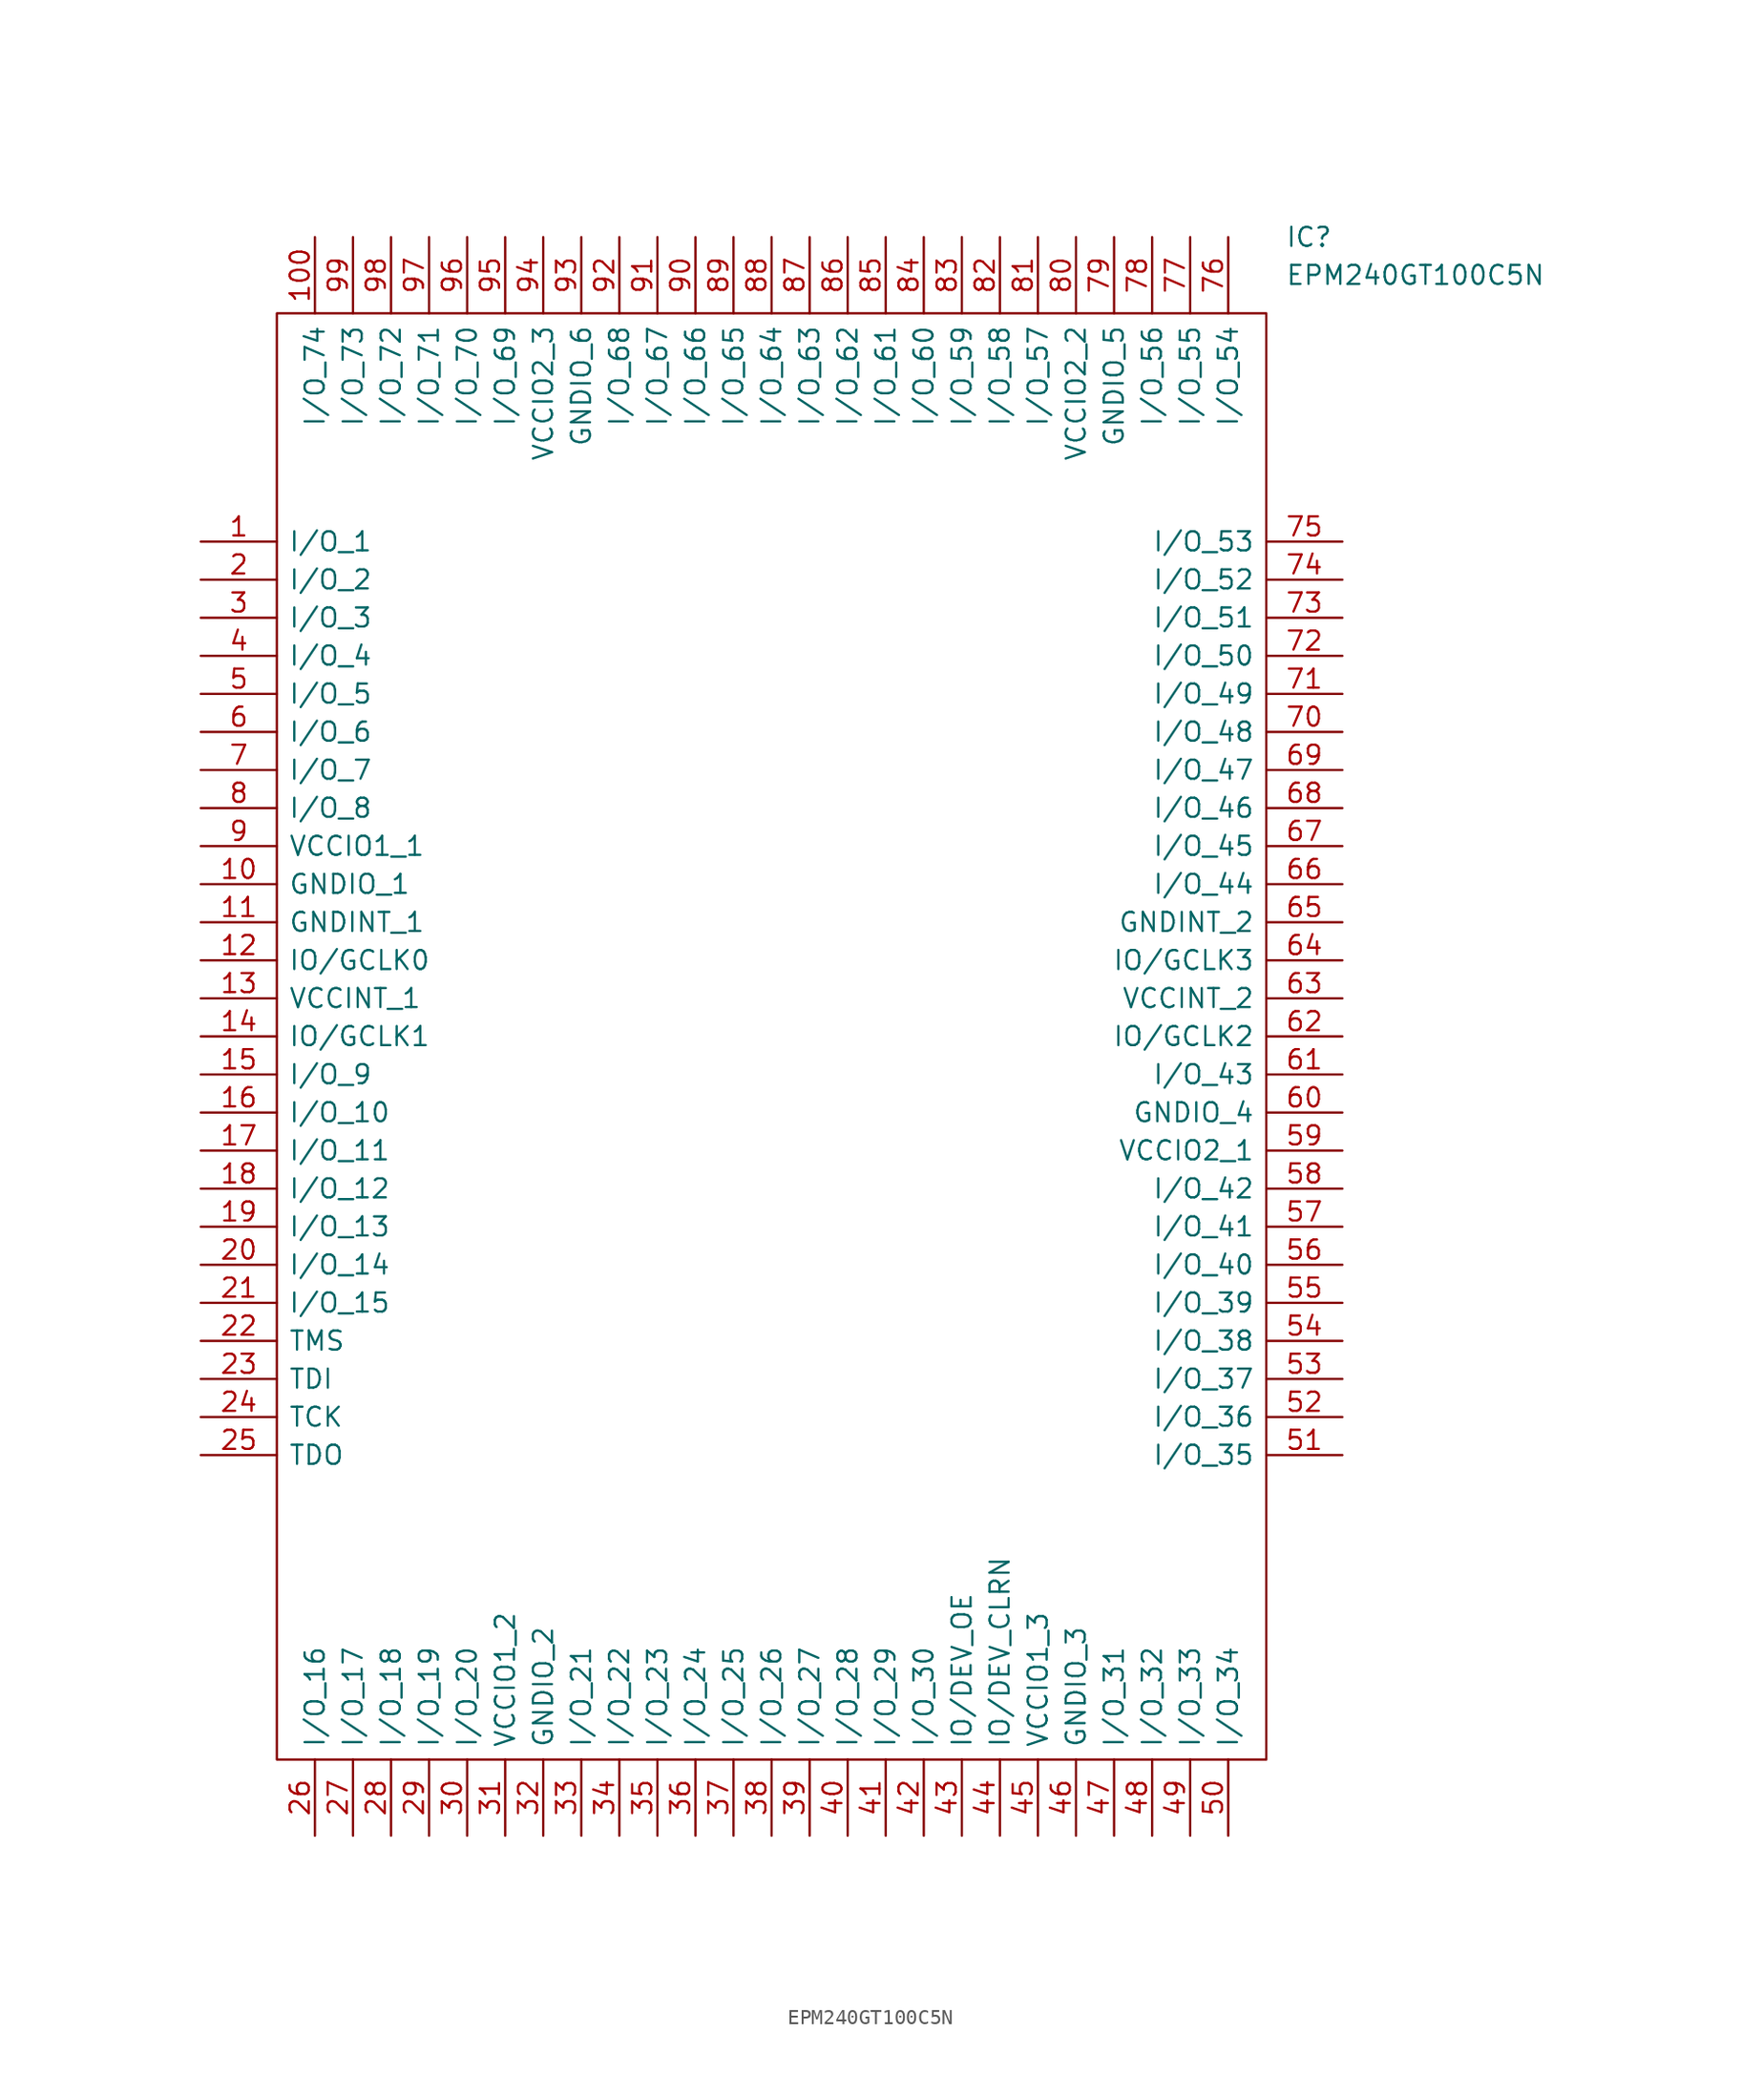
<source format=kicad_sym>
(kicad_symbol_lib
  (version 20211014)
  (generator kicad_symbol_editor)
  (symbol "EPM240GT100C5N"
    (pin_names
      (offset 0.762))
    (property "Reference" "IC"
      (at 72.39 20.32 0)
      (effects (font (size 1.27 1.27)) (justify left)))
    (property "Value" "EPM240GT100C5N"
      (at 72.39 17.78 0)
      (effects (font (size 1.27 1.27)) (justify left)))
    (symbol "EPM240GT100C5N_0_0"
      (pin passive line (at 0 0 0) (length 5.08) (name "I/O_1" (effects (font (size 1.27 1.27)))) (number "1" (effects (font (size 1.27 1.27)))))
      (pin passive line (at 0 -22.86 0) (length 5.08) (name "GNDIO_1" (effects (font (size 1.27 1.27)))) (number "10" (effects (font (size 1.27 1.27)))))
      (pin passive line (at 7.62 20.32 270) (length 5.08) (name "I/O_74" (effects (font (size 1.27 1.27)))) (number "100" (effects (font (size 1.27 1.27)))))
      (pin passive line (at 0 -25.4 0) (length 5.08) (name "GNDINT_1" (effects (font (size 1.27 1.27)))) (number "11" (effects (font (size 1.27 1.27)))))
      (pin passive line (at 0 -27.94 0) (length 5.08) (name "IO/GCLK0" (effects (font (size 1.27 1.27)))) (number "12" (effects (font (size 1.27 1.27)))))
      (pin passive line (at 0 -30.48 0) (length 5.08) (name "VCCINT_1" (effects (font (size 1.27 1.27)))) (number "13" (effects (font (size 1.27 1.27)))))
      (pin passive line (at 0 -33.02 0) (length 5.08) (name "IO/GCLK1" (effects (font (size 1.27 1.27)))) (number "14" (effects (font (size 1.27 1.27)))))
      (pin passive line (at 0 -35.56 0) (length 5.08) (name "I/O_9" (effects (font (size 1.27 1.27)))) (number "15" (effects (font (size 1.27 1.27)))))
      (pin passive line (at 0 -38.1 0) (length 5.08) (name "I/O_10" (effects (font (size 1.27 1.27)))) (number "16" (effects (font (size 1.27 1.27)))))
      (pin passive line (at 0 -40.64 0) (length 5.08) (name "I/O_11" (effects (font (size 1.27 1.27)))) (number "17" (effects (font (size 1.27 1.27)))))
      (pin passive line (at 0 -43.18 0) (length 5.08) (name "I/O_12" (effects (font (size 1.27 1.27)))) (number "18" (effects (font (size 1.27 1.27)))))
      (pin passive line (at 0 -45.72 0) (length 5.08) (name "I/O_13" (effects (font (size 1.27 1.27)))) (number "19" (effects (font (size 1.27 1.27)))))
      (pin passive line (at 0 -2.54 0) (length 5.08) (name "I/O_2" (effects (font (size 1.27 1.27)))) (number "2" (effects (font (size 1.27 1.27)))))
      (pin passive line (at 0 -48.26 0) (length 5.08) (name "I/O_14" (effects (font (size 1.27 1.27)))) (number "20" (effects (font (size 1.27 1.27)))))
      (pin passive line (at 0 -50.8 0) (length 5.08) (name "I/O_15" (effects (font (size 1.27 1.27)))) (number "21" (effects (font (size 1.27 1.27)))))
      (pin passive line (at 0 -53.34 0) (length 5.08) (name "TMS" (effects (font (size 1.27 1.27)))) (number "22" (effects (font (size 1.27 1.27)))))
      (pin passive line (at 0 -55.88 0) (length 5.08) (name "TDI" (effects (font (size 1.27 1.27)))) (number "23" (effects (font (size 1.27 1.27)))))
      (pin passive line (at 0 -58.42 0) (length 5.08) (name "TCK" (effects (font (size 1.27 1.27)))) (number "24" (effects (font (size 1.27 1.27)))))
      (pin passive line (at 0 -60.96 0) (length 5.08) (name "TDO" (effects (font (size 1.27 1.27)))) (number "25" (effects (font (size 1.27 1.27)))))
      (pin passive line (at 7.62 -86.36 90) (length 5.08) (name "I/O_16" (effects (font (size 1.27 1.27)))) (number "26" (effects (font (size 1.27 1.27)))))
      (pin passive line (at 10.16 -86.36 90) (length 5.08) (name "I/O_17" (effects (font (size 1.27 1.27)))) (number "27" (effects (font (size 1.27 1.27)))))
      (pin passive line (at 12.7 -86.36 90) (length 5.08) (name "I/O_18" (effects (font (size 1.27 1.27)))) (number "28" (effects (font (size 1.27 1.27)))))
      (pin passive line (at 15.24 -86.36 90) (length 5.08) (name "I/O_19" (effects (font (size 1.27 1.27)))) (number "29" (effects (font (size 1.27 1.27)))))
      (pin passive line (at 0 -5.08 0) (length 5.08) (name "I/O_3" (effects (font (size 1.27 1.27)))) (number "3" (effects (font (size 1.27 1.27)))))
      (pin passive line (at 17.78 -86.36 90) (length 5.08) (name "I/O_20" (effects (font (size 1.27 1.27)))) (number "30" (effects (font (size 1.27 1.27)))))
      (pin passive line (at 20.32 -86.36 90) (length 5.08) (name "VCCIO1_2" (effects (font (size 1.27 1.27)))) (number "31" (effects (font (size 1.27 1.27)))))
      (pin passive line (at 22.86 -86.36 90) (length 5.08) (name "GNDIO_2" (effects (font (size 1.27 1.27)))) (number "32" (effects (font (size 1.27 1.27)))))
      (pin passive line (at 25.4 -86.36 90) (length 5.08) (name "I/O_21" (effects (font (size 1.27 1.27)))) (number "33" (effects (font (size 1.27 1.27)))))
      (pin passive line (at 27.94 -86.36 90) (length 5.08) (name "I/O_22" (effects (font (size 1.27 1.27)))) (number "34" (effects (font (size 1.27 1.27)))))
      (pin passive line (at 30.48 -86.36 90) (length 5.08) (name "I/O_23" (effects (font (size 1.27 1.27)))) (number "35" (effects (font (size 1.27 1.27)))))
      (pin passive line (at 33.02 -86.36 90) (length 5.08) (name "I/O_24" (effects (font (size 1.27 1.27)))) (number "36" (effects (font (size 1.27 1.27)))))
      (pin passive line (at 35.56 -86.36 90) (length 5.08) (name "I/O_25" (effects (font (size 1.27 1.27)))) (number "37" (effects (font (size 1.27 1.27)))))
      (pin passive line (at 38.1 -86.36 90) (length 5.08) (name "I/O_26" (effects (font (size 1.27 1.27)))) (number "38" (effects (font (size 1.27 1.27)))))
      (pin passive line (at 40.64 -86.36 90) (length 5.08) (name "I/O_27" (effects (font (size 1.27 1.27)))) (number "39" (effects (font (size 1.27 1.27)))))
      (pin passive line (at 0 -7.62 0) (length 5.08) (name "I/O_4" (effects (font (size 1.27 1.27)))) (number "4" (effects (font (size 1.27 1.27)))))
      (pin passive line (at 43.18 -86.36 90) (length 5.08) (name "I/O_28" (effects (font (size 1.27 1.27)))) (number "40" (effects (font (size 1.27 1.27)))))
      (pin passive line (at 45.72 -86.36 90) (length 5.08) (name "I/O_29" (effects (font (size 1.27 1.27)))) (number "41" (effects (font (size 1.27 1.27)))))
      (pin passive line (at 48.26 -86.36 90) (length 5.08) (name "I/O_30" (effects (font (size 1.27 1.27)))) (number "42" (effects (font (size 1.27 1.27)))))
      (pin passive line (at 50.8 -86.36 90) (length 5.08) (name "IO/DEV_OE" (effects (font (size 1.27 1.27)))) (number "43" (effects (font (size 1.27 1.27)))))
      (pin passive line (at 53.34 -86.36 90) (length 5.08) (name "IO/DEV_CLRN" (effects (font (size 1.27 1.27)))) (number "44" (effects (font (size 1.27 1.27)))))
      (pin passive line (at 55.88 -86.36 90) (length 5.08) (name "VCCIO1_3" (effects (font (size 1.27 1.27)))) (number "45" (effects (font (size 1.27 1.27)))))
      (pin passive line (at 58.42 -86.36 90) (length 5.08) (name "GNDIO_3" (effects (font (size 1.27 1.27)))) (number "46" (effects (font (size 1.27 1.27)))))
      (pin passive line (at 60.96 -86.36 90) (length 5.08) (name "I/O_31" (effects (font (size 1.27 1.27)))) (number "47" (effects (font (size 1.27 1.27)))))
      (pin passive line (at 63.5 -86.36 90) (length 5.08) (name "I/O_32" (effects (font (size 1.27 1.27)))) (number "48" (effects (font (size 1.27 1.27)))))
      (pin passive line (at 66.04 -86.36 90) (length 5.08) (name "I/O_33" (effects (font (size 1.27 1.27)))) (number "49" (effects (font (size 1.27 1.27)))))
      (pin passive line (at 0 -10.16 0) (length 5.08) (name "I/O_5" (effects (font (size 1.27 1.27)))) (number "5" (effects (font (size 1.27 1.27)))))
      (pin passive line (at 68.58 -86.36 90) (length 5.08) (name "I/O_34" (effects (font (size 1.27 1.27)))) (number "50" (effects (font (size 1.27 1.27)))))
      (pin passive line (at 76.2 -60.96 180) (length 5.08) (name "I/O_35" (effects (font (size 1.27 1.27)))) (number "51" (effects (font (size 1.27 1.27)))))
      (pin passive line (at 76.2 -58.42 180) (length 5.08) (name "I/O_36" (effects (font (size 1.27 1.27)))) (number "52" (effects (font (size 1.27 1.27)))))
      (pin passive line (at 76.2 -55.88 180) (length 5.08) (name "I/O_37" (effects (font (size 1.27 1.27)))) (number "53" (effects (font (size 1.27 1.27)))))
      (pin passive line (at 76.2 -53.34 180) (length 5.08) (name "I/O_38" (effects (font (size 1.27 1.27)))) (number "54" (effects (font (size 1.27 1.27)))))
      (pin passive line (at 76.2 -50.8 180) (length 5.08) (name "I/O_39" (effects (font (size 1.27 1.27)))) (number "55" (effects (font (size 1.27 1.27)))))
      (pin passive line (at 76.2 -48.26 180) (length 5.08) (name "I/O_40" (effects (font (size 1.27 1.27)))) (number "56" (effects (font (size 1.27 1.27)))))
      (pin passive line (at 76.2 -45.72 180) (length 5.08) (name "I/O_41" (effects (font (size 1.27 1.27)))) (number "57" (effects (font (size 1.27 1.27)))))
      (pin passive line (at 76.2 -43.18 180) (length 5.08) (name "I/O_42" (effects (font (size 1.27 1.27)))) (number "58" (effects (font (size 1.27 1.27)))))
      (pin passive line (at 76.2 -40.64 180) (length 5.08) (name "VCCIO2_1" (effects (font (size 1.27 1.27)))) (number "59" (effects (font (size 1.27 1.27)))))
      (pin passive line (at 0 -12.7 0) (length 5.08) (name "I/O_6" (effects (font (size 1.27 1.27)))) (number "6" (effects (font (size 1.27 1.27)))))
      (pin passive line (at 76.2 -38.1 180) (length 5.08) (name "GNDIO_4" (effects (font (size 1.27 1.27)))) (number "60" (effects (font (size 1.27 1.27)))))
      (pin passive line (at 76.2 -35.56 180) (length 5.08) (name "I/O_43" (effects (font (size 1.27 1.27)))) (number "61" (effects (font (size 1.27 1.27)))))
      (pin passive line (at 76.2 -33.02 180) (length 5.08) (name "IO/GCLK2" (effects (font (size 1.27 1.27)))) (number "62" (effects (font (size 1.27 1.27)))))
      (pin passive line (at 76.2 -30.48 180) (length 5.08) (name "VCCINT_2" (effects (font (size 1.27 1.27)))) (number "63" (effects (font (size 1.27 1.27)))))
      (pin passive line (at 76.2 -27.94 180) (length 5.08) (name "IO/GCLK3" (effects (font (size 1.27 1.27)))) (number "64" (effects (font (size 1.27 1.27)))))
      (pin passive line (at 76.2 -25.4 180) (length 5.08) (name "GNDINT_2" (effects (font (size 1.27 1.27)))) (number "65" (effects (font (size 1.27 1.27)))))
      (pin passive line (at 76.2 -22.86 180) (length 5.08) (name "I/O_44" (effects (font (size 1.27 1.27)))) (number "66" (effects (font (size 1.27 1.27)))))
      (pin passive line (at 76.2 -20.32 180) (length 5.08) (name "I/O_45" (effects (font (size 1.27 1.27)))) (number "67" (effects (font (size 1.27 1.27)))))
      (pin passive line (at 76.2 -17.78 180) (length 5.08) (name "I/O_46" (effects (font (size 1.27 1.27)))) (number "68" (effects (font (size 1.27 1.27)))))
      (pin passive line (at 76.2 -15.24 180) (length 5.08) (name "I/O_47" (effects (font (size 1.27 1.27)))) (number "69" (effects (font (size 1.27 1.27)))))
      (pin passive line (at 0 -15.24 0) (length 5.08) (name "I/O_7" (effects (font (size 1.27 1.27)))) (number "7" (effects (font (size 1.27 1.27)))))
      (pin passive line (at 76.2 -12.7 180) (length 5.08) (name "I/O_48" (effects (font (size 1.27 1.27)))) (number "70" (effects (font (size 1.27 1.27)))))
      (pin passive line (at 76.2 -10.16 180) (length 5.08) (name "I/O_49" (effects (font (size 1.27 1.27)))) (number "71" (effects (font (size 1.27 1.27)))))
      (pin passive line (at 76.2 -7.62 180) (length 5.08) (name "I/O_50" (effects (font (size 1.27 1.27)))) (number "72" (effects (font (size 1.27 1.27)))))
      (pin passive line (at 76.2 -5.08 180) (length 5.08) (name "I/O_51" (effects (font (size 1.27 1.27)))) (number "73" (effects (font (size 1.27 1.27)))))
      (pin passive line (at 76.2 -2.54 180) (length 5.08) (name "I/O_52" (effects (font (size 1.27 1.27)))) (number "74" (effects (font (size 1.27 1.27)))))
      (pin passive line (at 76.2 0 180) (length 5.08) (name "I/O_53" (effects (font (size 1.27 1.27)))) (number "75" (effects (font (size 1.27 1.27)))))
      (pin passive line (at 68.58 20.32 270) (length 5.08) (name "I/O_54" (effects (font (size 1.27 1.27)))) (number "76" (effects (font (size 1.27 1.27)))))
      (pin passive line (at 66.04 20.32 270) (length 5.08) (name "I/O_55" (effects (font (size 1.27 1.27)))) (number "77" (effects (font (size 1.27 1.27)))))
      (pin passive line (at 63.5 20.32 270) (length 5.08) (name "I/O_56" (effects (font (size 1.27 1.27)))) (number "78" (effects (font (size 1.27 1.27)))))
      (pin passive line (at 60.96 20.32 270) (length 5.08) (name "GNDIO_5" (effects (font (size 1.27 1.27)))) (number "79" (effects (font (size 1.27 1.27)))))
      (pin passive line (at 0 -17.78 0) (length 5.08) (name "I/O_8" (effects (font (size 1.27 1.27)))) (number "8" (effects (font (size 1.27 1.27)))))
      (pin passive line (at 58.42 20.32 270) (length 5.08) (name "VCCIO2_2" (effects (font (size 1.27 1.27)))) (number "80" (effects (font (size 1.27 1.27)))))
      (pin passive line (at 55.88 20.32 270) (length 5.08) (name "I/O_57" (effects (font (size 1.27 1.27)))) (number "81" (effects (font (size 1.27 1.27)))))
      (pin passive line (at 53.34 20.32 270) (length 5.08) (name "I/O_58" (effects (font (size 1.27 1.27)))) (number "82" (effects (font (size 1.27 1.27)))))
      (pin passive line (at 50.8 20.32 270) (length 5.08) (name "I/O_59" (effects (font (size 1.27 1.27)))) (number "83" (effects (font (size 1.27 1.27)))))
      (pin passive line (at 48.26 20.32 270) (length 5.08) (name "I/O_60" (effects (font (size 1.27 1.27)))) (number "84" (effects (font (size 1.27 1.27)))))
      (pin passive line (at 45.72 20.32 270) (length 5.08) (name "I/O_61" (effects (font (size 1.27 1.27)))) (number "85" (effects (font (size 1.27 1.27)))))
      (pin passive line (at 43.18 20.32 270) (length 5.08) (name "I/O_62" (effects (font (size 1.27 1.27)))) (number "86" (effects (font (size 1.27 1.27)))))
      (pin passive line (at 40.64 20.32 270) (length 5.08) (name "I/O_63" (effects (font (size 1.27 1.27)))) (number "87" (effects (font (size 1.27 1.27)))))
      (pin passive line (at 38.1 20.32 270) (length 5.08) (name "I/O_64" (effects (font (size 1.27 1.27)))) (number "88" (effects (font (size 1.27 1.27)))))
      (pin passive line (at 35.56 20.32 270) (length 5.08) (name "I/O_65" (effects (font (size 1.27 1.27)))) (number "89" (effects (font (size 1.27 1.27)))))
      (pin passive line (at 0 -20.32 0) (length 5.08) (name "VCCIO1_1" (effects (font (size 1.27 1.27)))) (number "9" (effects (font (size 1.27 1.27)))))
      (pin passive line (at 33.02 20.32 270) (length 5.08) (name "I/O_66" (effects (font (size 1.27 1.27)))) (number "90" (effects (font (size 1.27 1.27)))))
      (pin passive line (at 30.48 20.32 270) (length 5.08) (name "I/O_67" (effects (font (size 1.27 1.27)))) (number "91" (effects (font (size 1.27 1.27)))))
      (pin passive line (at 27.94 20.32 270) (length 5.08) (name "I/O_68" (effects (font (size 1.27 1.27)))) (number "92" (effects (font (size 1.27 1.27)))))
      (pin passive line (at 25.4 20.32 270) (length 5.08) (name "GNDIO_6" (effects (font (size 1.27 1.27)))) (number "93" (effects (font (size 1.27 1.27)))))
      (pin passive line (at 22.86 20.32 270) (length 5.08) (name "VCCIO2_3" (effects (font (size 1.27 1.27)))) (number "94" (effects (font (size 1.27 1.27)))))
      (pin passive line (at 20.32 20.32 270) (length 5.08) (name "I/O_69" (effects (font (size 1.27 1.27)))) (number "95" (effects (font (size 1.27 1.27)))))
      (pin passive line (at 17.78 20.32 270) (length 5.08) (name "I/O_70" (effects (font (size 1.27 1.27)))) (number "96" (effects (font (size 1.27 1.27)))))
      (pin passive line (at 15.24 20.32 270) (length 5.08) (name "I/O_71" (effects (font (size 1.27 1.27)))) (number "97" (effects (font (size 1.27 1.27)))))
      (pin passive line (at 12.7 20.32 270) (length 5.08) (name "I/O_72" (effects (font (size 1.27 1.27)))) (number "98" (effects (font (size 1.27 1.27)))))
      (pin passive line (at 10.16 20.32 270) (length 5.08) (name "I/O_73" (effects (font (size 1.27 1.27)))) (number "99" (effects (font (size 1.27 1.27))))))
    (symbol "EPM240GT100C5N_0_1"
      (polyline (pts (xy 5.08 15.24) (xy 71.12 15.24) (xy 71.12 -81.28) (xy 5.08 -81.28) (xy 5.08 15.24)) (stroke (width 0.152) (type default) (color 0 0 0 0)) (fill (type none))))))
</source>
